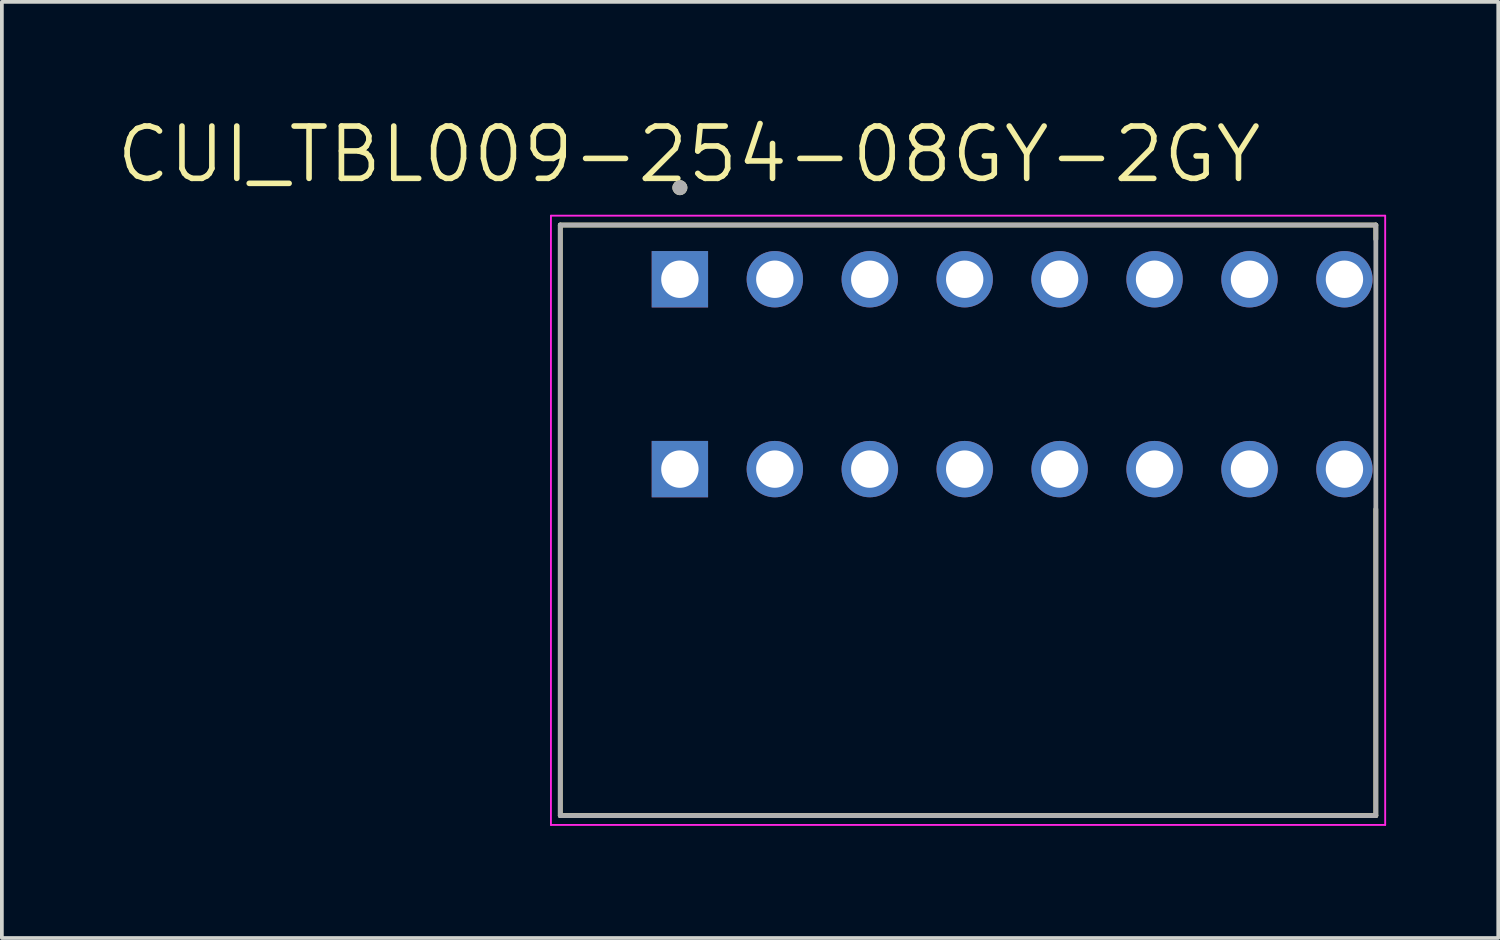
<source format=kicad_pcb>
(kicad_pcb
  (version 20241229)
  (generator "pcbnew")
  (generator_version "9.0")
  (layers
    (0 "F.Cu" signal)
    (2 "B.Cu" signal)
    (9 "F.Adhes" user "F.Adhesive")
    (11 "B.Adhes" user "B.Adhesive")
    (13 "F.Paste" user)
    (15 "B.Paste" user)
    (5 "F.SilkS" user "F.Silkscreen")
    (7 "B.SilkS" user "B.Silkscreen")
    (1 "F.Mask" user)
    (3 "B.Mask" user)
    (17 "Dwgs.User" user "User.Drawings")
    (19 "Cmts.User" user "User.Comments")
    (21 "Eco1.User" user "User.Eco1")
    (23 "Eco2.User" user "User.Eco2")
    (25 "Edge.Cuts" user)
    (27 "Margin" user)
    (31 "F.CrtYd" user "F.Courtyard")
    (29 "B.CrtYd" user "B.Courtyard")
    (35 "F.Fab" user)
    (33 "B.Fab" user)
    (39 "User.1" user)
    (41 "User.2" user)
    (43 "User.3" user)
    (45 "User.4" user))
  (footprint "CUI_TBL009-254-08GY-2GY"
    (layer "F.Cu")
    (at 15.14 4.421)
    (property "Reference" "CUI_TBL009-254-08GY-2GY" (at 0.245 -3.339 0) (layer "F.SilkS") (effects (font (size 1.4 1.4) (thickness 0.15))))
    (attr through_hole)
    (fp_line (start -3.2 -1.45) (end 18.62 -1.45) (stroke (width 0.127) (type solid)) (layer "F.SilkS"))
    (fp_line (start -3.2 14.35) (end -3.2 -1.45) (stroke (width 0.127) (type solid)) (layer "F.SilkS"))
    (fp_line (start 18.62 -1.45) (end 18.62 -1.07) (stroke (width 0.127) (type solid)) (layer "F.SilkS"))
    (fp_line (start 18.62 6.15) (end 18.62 14.35) (stroke (width 0.127) (type solid)) (layer "F.SilkS"))
    (fp_line (start 18.62 14.35) (end -3.2 14.35) (stroke (width 0.127) (type solid)) (layer "F.SilkS"))
    (fp_circle (center 0 -2.45) (end 0.1 -2.45) (stroke (width 0.2) (type solid)) (fill no) (layer "F.SilkS"))
    (fp_line (start -3.45 -1.7) (end 18.87 -1.7) (stroke (width 0.05) (type solid)) (layer "F.CrtYd"))
    (fp_line (start -3.45 14.6) (end -3.45 -1.7) (stroke (width 0.05) (type solid)) (layer "F.CrtYd"))
    (fp_line (start 18.87 -1.7) (end 18.87 14.6) (stroke (width 0.05) (type solid)) (layer "F.CrtYd"))
    (fp_line (start 18.87 14.6) (end -3.45 14.6) (stroke (width 0.05) (type solid)) (layer "F.CrtYd"))
    (fp_line (start -3.2 -1.45) (end 18.62 -1.45) (stroke (width 0.127) (type solid)) (layer "F.Fab"))
    (fp_line (start -3.2 14.35) (end -3.2 -1.45) (stroke (width 0.127) (type solid)) (layer "F.Fab"))
    (fp_line (start 18.62 -1.45) (end 18.62 14.35) (stroke (width 0.127) (type solid)) (layer "F.Fab"))
    (fp_line (start 18.62 14.35) (end -3.2 14.35) (stroke (width 0.127) (type solid)) (layer "F.Fab"))
    (fp_circle (center 0 -2.45) (end 0.1 -2.45) (stroke (width 0.2) (type solid)) (fill no) (layer "F.Fab"))
    (pad "1_A" thru_hole rect (at 0 0) (size 1.508 1.508) (drill 1) (layers "*.Cu" "*.Mask"))
    (pad "1_B" thru_hole rect (at 0 5.08) (size 1.508 1.508) (drill 1) (layers "*.Cu" "*.Mask"))
    (pad "2_A" thru_hole circle (at 2.54 0) (size 1.508 1.508) (drill 1) (layers "*.Cu" "*.Mask"))
    (pad "2_B" thru_hole circle (at 2.54 5.08) (size 1.508 1.508) (drill 1) (layers "*.Cu" "*.Mask"))
    (pad "3_A" thru_hole circle (at 5.08 0) (size 1.508 1.508) (drill 1) (layers "*.Cu" "*.Mask"))
    (pad "3_B" thru_hole circle (at 5.08 5.08) (size 1.508 1.508) (drill 1) (layers "*.Cu" "*.Mask"))
    (pad "4_A" thru_hole circle (at 7.62 0) (size 1.508 1.508) (drill 1) (layers "*.Cu" "*.Mask"))
    (pad "4_B" thru_hole circle (at 7.62 5.08) (size 1.508 1.508) (drill 1) (layers "*.Cu" "*.Mask"))
    (pad "5_A" thru_hole circle (at 10.16 0) (size 1.508 1.508) (drill 1) (layers "*.Cu" "*.Mask"))
    (pad "5_B" thru_hole circle (at 10.16 5.08) (size 1.508 1.508) (drill 1) (layers "*.Cu" "*.Mask"))
    (pad "6_A" thru_hole circle (at 12.7 0) (size 1.508 1.508) (drill 1) (layers "*.Cu" "*.Mask"))
    (pad "6_B" thru_hole circle (at 12.7 5.08) (size 1.508 1.508) (drill 1) (layers "*.Cu" "*.Mask"))
    (pad "7_A" thru_hole circle (at 15.24 0) (size 1.508 1.508) (drill 1) (layers "*.Cu" "*.Mask"))
    (pad "7_B" thru_hole circle (at 15.24 5.08) (size 1.508 1.508) (drill 1) (layers "*.Cu" "*.Mask"))
    (pad "8_A" thru_hole circle (at 17.78 0) (size 1.508 1.508) (drill 1) (layers "*.Cu" "*.Mask"))
    (pad "8_B" thru_hole circle (at 17.78 5.08) (size 1.508 1.508) (drill 1) (layers "*.Cu" "*.Mask")))
  (gr_rect
    (start -3 -3)
    (end 37.035 22.046)
    (stroke (width 0.1) (type default))
    (fill no)
    (layer "Edge.Cuts")))
</source>
